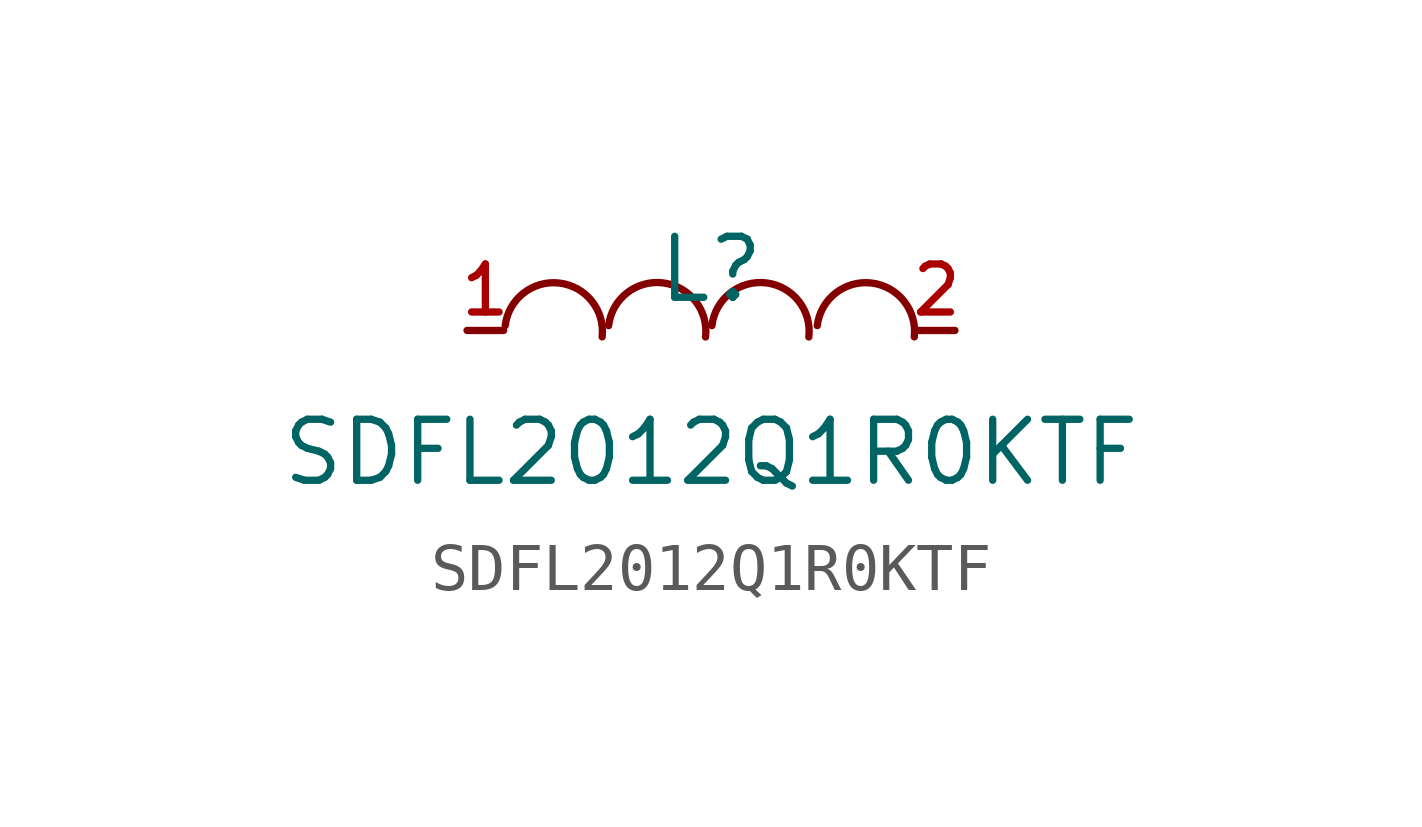
<source format=kicad_sym>
(kicad_symbol_lib
  (version 20210201)
  (generator TousstNicolas/JLC2KiCad_lib)
  (symbol "SDFL2012Q1R0KTF"
    (pin_names hide)
    (property "Reference" "L"
      (at 0 1.27 0)
      (effects (font (size 1.27 1.27))))
    (property "Value" "SDFL2012Q1R0KTF"
      (at 0 -2.54 0)
      (effects (font (size 1.27 1.27))))
    (symbol "SDFL2012Q1R0KTF_0_1"
      (pin unspecified line (at 5.08 -0.0 180) (length 0.762) (name "2" (effects (font (size 1 1)))) (number "2" (effects (font (size 1 1)))))
      (pin unspecified line (at -5.08 -0.0 0) (length 0.762) (name "1" (effects (font (size 1 1)))) (number "1" (effects (font (size 1 1)))))
      (arc (start -2.2674329295749627 -0.1341053884638828) (mid -3.159011207982224 0.9926636483439573) (end -4.285780231504512 0.10108535314652943) (stroke (width 0) (type default) (color 0 0 0 0)) (fill (type none)))
      (arc (start -0.11354180781656804 -0.13565983668102555) (mid -1.0048024524285457 0.9913604595340889) (end -2.131822737142134 0.10009980037815772) (stroke (width 0) (type default) (color 0 0 0 0)) (fill (type none)))
      (arc (start 2.0378424949520375 -0.13565983668102555) (mid 1.1465818503400598 0.9913604595340889) (end 0.019561565626471496 0.10009980037815772) (stroke (width 0) (type default) (color 0 0 0 0)) (fill (type none)))
      (arc (start 4.231170015864318 -0.13410572965492382) (mid 3.3395921275494644 0.9926636202288113) (end 2.2128227952408546 0.10108570970264838) (stroke (width 0) (type default) (color 0 0 0 0)) (fill (type none))))))
</source>
